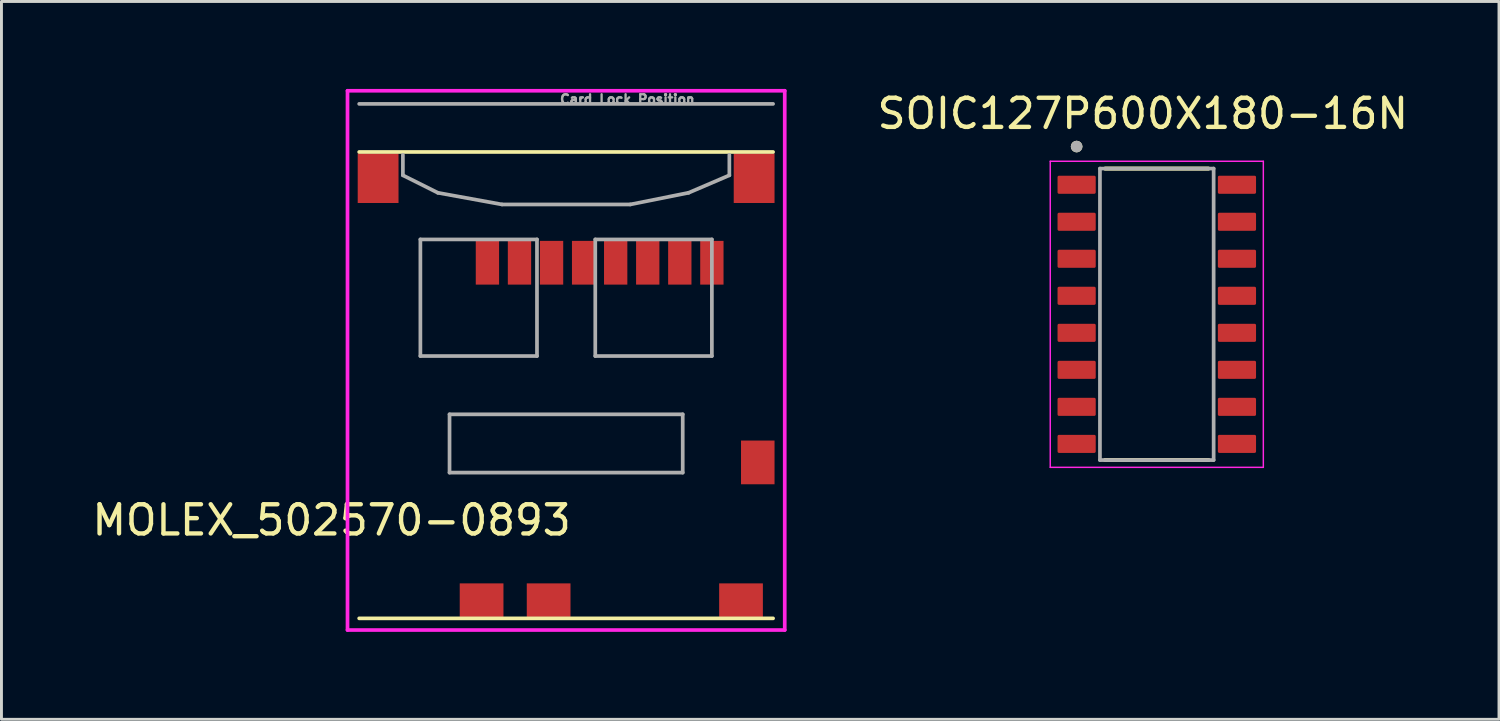
<source format=kicad_pcb>
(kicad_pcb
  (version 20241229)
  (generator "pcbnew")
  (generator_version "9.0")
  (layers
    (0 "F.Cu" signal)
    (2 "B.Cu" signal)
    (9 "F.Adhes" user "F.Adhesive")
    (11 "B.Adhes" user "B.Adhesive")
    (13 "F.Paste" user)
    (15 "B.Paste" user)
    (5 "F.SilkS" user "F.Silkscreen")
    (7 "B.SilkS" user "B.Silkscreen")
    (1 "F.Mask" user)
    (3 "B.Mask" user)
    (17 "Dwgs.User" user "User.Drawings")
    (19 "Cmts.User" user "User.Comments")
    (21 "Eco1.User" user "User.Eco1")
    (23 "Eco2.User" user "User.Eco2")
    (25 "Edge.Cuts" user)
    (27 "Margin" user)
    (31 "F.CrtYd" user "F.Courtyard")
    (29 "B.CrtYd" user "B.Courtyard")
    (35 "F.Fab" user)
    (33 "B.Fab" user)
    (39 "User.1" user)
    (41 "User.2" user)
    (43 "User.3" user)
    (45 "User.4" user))
  (footprint "MOLEX_502570-0893"
    (layer "F.Cu")
    (at 16.372 10.164)
    (property "Reference" "MOLEX_502570-0893" (at -8.046 4.631 180) (layer "F.SilkS") (effects (font (size 1.001 1.001) (thickness 0.15))))
    (attr smd)
    (fp_line (start -7.1 -8) (end 7.1 -8) (stroke (width 0.127) (type solid)) (layer "F.SilkS"))
    (fp_line (start -7.1 8) (end 7.1 8) (stroke (width 0.127) (type solid)) (layer "F.SilkS"))
    (fp_line (start -7.5 -10.1) (end -7.5 8.4) (stroke (width 0.127) (type solid)) (layer "F.CrtYd"))
    (fp_line (start -7.5 8.4) (end 7.5 8.4) (stroke (width 0.127) (type solid)) (layer "F.CrtYd"))
    (fp_line (start 7.5 -10.1) (end -7.5 -10.1) (stroke (width 0.127) (type solid)) (layer "F.CrtYd"))
    (fp_line (start 7.5 8.4) (end 7.5 -10.1) (stroke (width 0.127) (type solid)) (layer "F.CrtYd"))
    (fp_line (start -7.1 -9.65) (end 7.1 -9.65) (stroke (width 0.127) (type solid)) (layer "F.Fab"))
    (fp_line (start -5.6 -7.9) (end -5.6 -7.2) (stroke (width 0.127) (type solid)) (layer "F.Fab"))
    (fp_line (start -5.6 -7.2) (end -4.4 -6.6) (stroke (width 0.127) (type solid)) (layer "F.Fab"))
    (fp_line (start -5 -5) (end -5 -1) (stroke (width 0.127) (type solid)) (layer "F.Fab"))
    (fp_line (start -5 -1) (end -1 -1) (stroke (width 0.127) (type solid)) (layer "F.Fab"))
    (fp_line (start -4.4 -6.6) (end -2.2 -6.2) (stroke (width 0.127) (type solid)) (layer "F.Fab"))
    (fp_line (start -4 1) (end -4 3) (stroke (width 0.127) (type solid)) (layer "F.Fab"))
    (fp_line (start -4 3) (end 4 3) (stroke (width 0.127) (type solid)) (layer "F.Fab"))
    (fp_line (start -2.2 -6.2) (end 2.2 -6.2) (stroke (width 0.127) (type solid)) (layer "F.Fab"))
    (fp_line (start -1 -5) (end -5 -5) (stroke (width 0.127) (type solid)) (layer "F.Fab"))
    (fp_line (start -1 -1) (end -1 -5) (stroke (width 0.127) (type solid)) (layer "F.Fab"))
    (fp_line (start 1 -5) (end 1 -1) (stroke (width 0.127) (type solid)) (layer "F.Fab"))
    (fp_line (start 1 -1) (end 5 -1) (stroke (width 0.127) (type solid)) (layer "F.Fab"))
    (fp_line (start 4 1) (end -4 1) (stroke (width 0.127) (type solid)) (layer "F.Fab"))
    (fp_line (start 4 3) (end 4 1) (stroke (width 0.127) (type solid)) (layer "F.Fab"))
    (fp_line (start 4.2 -6.6) (end 2.2 -6.2) (stroke (width 0.127) (type solid)) (layer "F.Fab"))
    (fp_line (start 5 -5) (end 1 -5) (stroke (width 0.127) (type solid)) (layer "F.Fab"))
    (fp_line (start 5 -1) (end 5 -5) (stroke (width 0.127) (type solid)) (layer "F.Fab"))
    (fp_line (start 5.6 -7.2) (end 4.2 -6.6) (stroke (width 0.127) (type solid)) (layer "F.Fab"))
    (fp_line (start 5.6 -7.2) (end 5.6 -7.9) (stroke (width 0.127) (type solid)) (layer "F.Fab"))
    (fp_text user "Card Lock Position" (at 2.101 -9.805 0) (layer "F.Fab") (effects (font (size 0.32 0.32) (thickness 0.08))))
    (pad "1" smd rect (at -2.7 -4.2) (size 0.8 1.5) (layers "F.Cu" "F.Mask" "F.Paste"))
    (pad "2" smd rect (at -1.6 -4.2) (size 0.8 1.5) (layers "F.Cu" "F.Mask" "F.Paste"))
    (pad "3" smd rect (at -0.5 -4.2) (size 0.8 1.5) (layers "F.Cu" "F.Mask" "F.Paste"))
    (pad "4" smd rect (at 0.6 -4.2) (size 0.8 1.5) (layers "F.Cu" "F.Mask" "F.Paste"))
    (pad "5" smd rect (at 1.7 -4.2) (size 0.8 1.5) (layers "F.Cu" "F.Mask" "F.Paste"))
    (pad "6" smd rect (at 2.8 -4.2) (size 0.8 1.5) (layers "F.Cu" "F.Mask" "F.Paste"))
    (pad "7" smd rect (at 3.9 -4.2) (size 0.8 1.5) (layers "F.Cu" "F.Mask" "F.Paste"))
    (pad "8" smd rect (at 5 -4.2) (size 0.8 1.5) (layers "F.Cu" "F.Mask" "F.Paste"))
    (pad "DL" smd rect (at 6.575 2.65) (size 1.15 1.5) (layers "F.Cu" "F.Mask" "F.Paste"))
    (pad "DS" smd rect (at -0.6 7.375) (size 1.5 1.15) (layers "F.Cu" "F.Mask" "F.Paste"))
    (pad "SM1" smd rect (at -6.45 -7.1) (size 1.4 1.7) (layers "F.Cu" "F.Mask" "F.Paste"))
    (pad "SM2" smd rect (at 6.45 -7.1) (size 1.4 1.7) (layers "F.Cu" "F.Mask" "F.Paste"))
    (pad "SM3" smd rect (at -2.9 7.375) (size 1.5 1.15) (layers "F.Cu" "F.Mask" "F.Paste"))
    (pad "SM4" smd rect (at 6 7.375) (size 1.5 1.15) (layers "F.Cu" "F.Mask" "F.Paste")))
  (footprint "SOIC127P600X180-16N"
    (layer "F.Cu")
    (at 36.636 7.733)
    (property "Reference" "SOIC127P600X180-16N" (at -0.48 -6.885 0) (layer "F.SilkS") (effects (font (size 1 1) (thickness 0.15))))
    (attr smd)
    (fp_line (start -1.775 -5) (end 1.775 -5) (stroke (width 0.127) (type solid)) (layer "F.SilkS"))
    (fp_line (start -1.775 -5) (end 1.775 -5) (stroke (width 0.127) (type solid)) (layer "F.SilkS"))
    (fp_line (start -1.775 5) (end 1.775 5) (stroke (width 0.127) (type solid)) (layer "F.SilkS"))
    (fp_line (start -1.775 5) (end 1.775 5) (stroke (width 0.127) (type solid)) (layer "F.SilkS"))
    (fp_circle (center -2.75 -5.755) (end -2.65 -5.755) (stroke (width 0.2) (type solid)) (fill no) (layer "F.SilkS"))
    (fp_line (start -3.655 -5.25) (end -3.655 5.25) (stroke (width 0.05) (type solid)) (layer "F.CrtYd"))
    (fp_line (start -3.655 5.25) (end 3.655 5.25) (stroke (width 0.05) (type solid)) (layer "F.CrtYd"))
    (fp_line (start 3.655 -5.25) (end -3.655 -5.25) (stroke (width 0.05) (type solid)) (layer "F.CrtYd"))
    (fp_line (start 3.655 5.25) (end 3.655 -5.25) (stroke (width 0.05) (type solid)) (layer "F.CrtYd"))
    (fp_line (start -1.95 -5) (end -1.95 5) (stroke (width 0.127) (type solid)) (layer "F.Fab"))
    (fp_line (start -1.95 -5) (end 1.95 -5) (stroke (width 0.127) (type solid)) (layer "F.Fab"))
    (fp_line (start -1.95 5) (end 1.95 5) (stroke (width 0.127) (type solid)) (layer "F.Fab"))
    (fp_line (start 1.95 -5) (end 1.95 5) (stroke (width 0.127) (type solid)) (layer "F.Fab"))
    (fp_circle (center -2.75 -5.755) (end -2.65 -5.755) (stroke (width 0.2) (type solid)) (fill no) (layer "F.Fab"))
    (pad "1" smd roundrect (at -2.75 -4.445) (size 1.31 0.62) (layers "F.Cu" "F.Mask" "F.Paste") (roundrect_rratio 0.08))
    (pad "2" smd roundrect (at -2.75 -3.175) (size 1.31 0.62) (layers "F.Cu" "F.Mask" "F.Paste") (roundrect_rratio 0.08))
    (pad "3" smd roundrect (at -2.75 -1.905) (size 1.31 0.62) (layers "F.Cu" "F.Mask" "F.Paste") (roundrect_rratio 0.08))
    (pad "4" smd roundrect (at -2.75 -0.635) (size 1.31 0.62) (layers "F.Cu" "F.Mask" "F.Paste") (roundrect_rratio 0.08))
    (pad "5" smd roundrect (at -2.75 0.635) (size 1.31 0.62) (layers "F.Cu" "F.Mask" "F.Paste") (roundrect_rratio 0.08))
    (pad "6" smd roundrect (at -2.75 1.905) (size 1.31 0.62) (layers "F.Cu" "F.Mask" "F.Paste") (roundrect_rratio 0.08))
    (pad "7" smd roundrect (at -2.75 3.175) (size 1.31 0.62) (layers "F.Cu" "F.Mask" "F.Paste") (roundrect_rratio 0.08))
    (pad "8" smd roundrect (at -2.75 4.445) (size 1.31 0.62) (layers "F.Cu" "F.Mask" "F.Paste") (roundrect_rratio 0.08))
    (pad "9" smd roundrect (at 2.75 4.445) (size 1.31 0.62) (layers "F.Cu" "F.Mask" "F.Paste") (roundrect_rratio 0.08))
    (pad "10" smd roundrect (at 2.75 3.175) (size 1.31 0.62) (layers "F.Cu" "F.Mask" "F.Paste") (roundrect_rratio 0.08))
    (pad "11" smd roundrect (at 2.75 1.905) (size 1.31 0.62) (layers "F.Cu" "F.Mask" "F.Paste") (roundrect_rratio 0.08))
    (pad "12" smd roundrect (at 2.75 0.635) (size 1.31 0.62) (layers "F.Cu" "F.Mask" "F.Paste") (roundrect_rratio 0.08))
    (pad "13" smd roundrect (at 2.75 -0.635) (size 1.31 0.62) (layers "F.Cu" "F.Mask" "F.Paste") (roundrect_rratio 0.08))
    (pad "14" smd roundrect (at 2.75 -1.905) (size 1.31 0.62) (layers "F.Cu" "F.Mask" "F.Paste") (roundrect_rratio 0.08))
    (pad "15" smd roundrect (at 2.75 -3.175) (size 1.31 0.62) (layers "F.Cu" "F.Mask" "F.Paste") (roundrect_rratio 0.08))
    (pad "16" smd roundrect (at 2.75 -4.445) (size 1.31 0.62) (layers "F.Cu" "F.Mask" "F.Paste") (roundrect_rratio 0.08)))
  (gr_rect
    (start -3 -3)
    (end 48.376 21.627)
    (stroke (width 0.1) (type default))
    (fill no)
    (layer "Edge.Cuts")))
</source>
